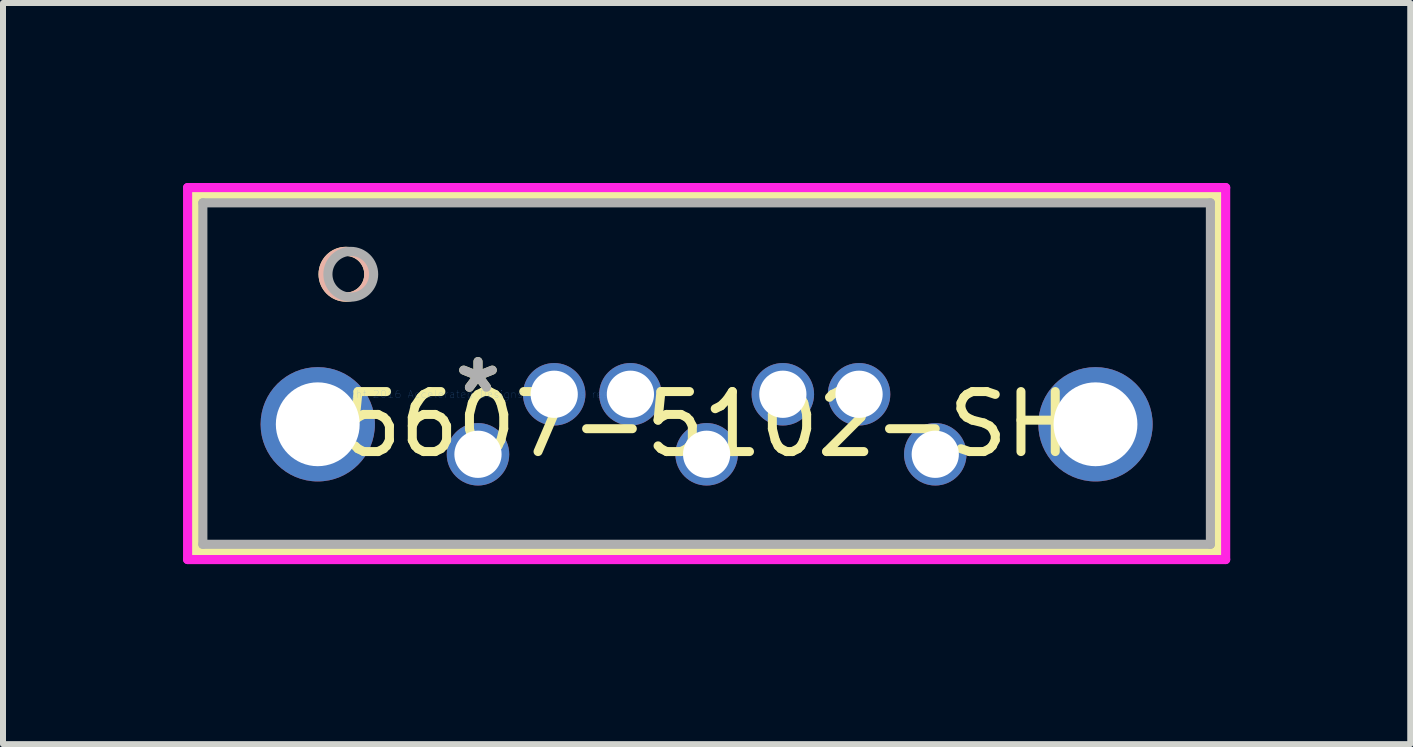
<source format=kicad_pcb>
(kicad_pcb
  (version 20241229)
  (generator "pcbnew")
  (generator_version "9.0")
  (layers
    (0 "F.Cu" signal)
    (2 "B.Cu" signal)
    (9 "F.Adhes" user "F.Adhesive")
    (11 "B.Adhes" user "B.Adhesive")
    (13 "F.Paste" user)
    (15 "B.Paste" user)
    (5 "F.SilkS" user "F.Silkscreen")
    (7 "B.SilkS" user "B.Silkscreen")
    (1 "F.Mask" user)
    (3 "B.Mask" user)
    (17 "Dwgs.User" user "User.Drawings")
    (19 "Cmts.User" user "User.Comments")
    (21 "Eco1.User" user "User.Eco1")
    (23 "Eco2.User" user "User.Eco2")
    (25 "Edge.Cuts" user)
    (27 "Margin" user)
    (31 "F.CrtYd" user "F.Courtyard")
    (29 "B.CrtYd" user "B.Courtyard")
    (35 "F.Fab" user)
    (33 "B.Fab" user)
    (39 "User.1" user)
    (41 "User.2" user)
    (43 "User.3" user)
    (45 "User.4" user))
  (footprint "5607-5102-SH"
    (layer "F.Cu")
    (at 8.795 3.72)
    (property "Reference" "5607-5102-SH" (at -0.07 0.3 0) (layer "F.SilkS") (effects (font (size 1 1) (thickness 0.15))))
    (attr through_hole)
    (fp_line (start -8.592 -3.517) (end -8.592 2.427) (stroke (width 0.152) (type solid)) (layer "F.SilkS"))
    (fp_line (start -8.592 2.427) (end 8.452 2.427) (stroke (width 0.152) (type solid)) (layer "F.SilkS"))
    (fp_line (start 8.452 -3.517) (end -8.592 -3.517) (stroke (width 0.152) (type solid)) (layer "F.SilkS"))
    (fp_line (start 8.452 2.427) (end 8.452 -3.517) (stroke (width 0.152) (type solid)) (layer "F.SilkS"))
    (fp_circle (center -6.08 -2.2) (end -5.699 -2.2) (stroke (width 0.152) (type solid)) (fill no) (layer "F.SilkS"))
    (fp_circle (center -6.08 -2.2) (end -5.699 -2.2) (stroke (width 0.152) (type solid)) (fill no) (layer "B.SilkS"))
    (fp_line (start -8.719 -3.644) (end -8.719 2.554) (stroke (width 0.152) (type solid)) (layer "F.CrtYd"))
    (fp_line (start -8.719 2.554) (end 8.579 2.554) (stroke (width 0.152) (type solid)) (layer "F.CrtYd"))
    (fp_line (start 8.579 -3.644) (end -8.719 -3.644) (stroke (width 0.152) (type solid)) (layer "F.CrtYd"))
    (fp_line (start 8.579 2.554) (end 8.579 -3.644) (stroke (width 0.152) (type solid)) (layer "F.CrtYd"))
    (fp_line (start -8.465 -3.39) (end -8.465 2.3) (stroke (width 0.152) (type solid)) (layer "F.Fab"))
    (fp_line (start -8.465 2.3) (end 8.325 2.3) (stroke (width 0.152) (type solid)) (layer "F.Fab"))
    (fp_line (start 8.325 -3.39) (end -8.465 -3.39) (stroke (width 0.152) (type solid)) (layer "F.Fab"))
    (fp_line (start 8.325 2.3) (end 8.325 -3.39) (stroke (width 0.152) (type solid)) (layer "F.Fab"))
    (fp_circle (center -6 -2.2) (end -5.619 -2.2) (stroke (width 0.152) (type solid)) (fill no) (layer "F.Fab"))
    (fp_text user "*" (at -3.88 -0.2 0) (layer "F.SilkS") (effects (font (size 1 1) (thickness 0.15))))
    (fp_text user "Copyright 2016 Accelerated Designs. All rights reserved." (at -3.88 -0.2 0) (layer "Cmts.User") (effects (font (size 0.127 0.127) (thickness 0.002))))
    (fp_text user "*" (at -3.88 -0.2 0) (layer "F.Fab") (effects (font (size 1 1) (thickness 0.15))))
    (pad "1" thru_hole circle (at -3.88 0.8) (size 1.041 1.041) (drill 0.787) (layers "*.Cu" "*.Mask"))
    (pad "2" thru_hole circle (at -2.61 -0.2) (size 1.041 1.041) (drill 0.787) (layers "*.Cu" "*.Mask"))
    (pad "3" thru_hole circle (at -1.34 -0.2) (size 1.041 1.041) (drill 0.787) (layers "*.Cu" "*.Mask"))
    (pad "4" thru_hole circle (at -0.07 0.8) (size 1.041 1.041) (drill 0.787) (layers "*.Cu" "*.Mask"))
    (pad "5" thru_hole circle (at 1.2 -0.2) (size 1.041 1.041) (drill 0.787) (layers "*.Cu" "*.Mask"))
    (pad "6" thru_hole circle (at 2.47 -0.2) (size 1.041 1.041) (drill 0.787) (layers "*.Cu" "*.Mask"))
    (pad "7" thru_hole circle (at 3.74 0.8) (size 1.041 1.041) (drill 0.787) (layers "*.Cu" "*.Mask"))
    (pad "8" thru_hole circle (at -6.55 0.3) (size 1.905 1.905) (drill 1.397) (layers "*.Cu" "*.Mask"))
    (pad "9" thru_hole circle (at 6.41 0.3) (size 1.905 1.905) (drill 1.397) (layers "*.Cu" "*.Mask")))
  (gr_rect
    (start -3 -3)
    (end 20.45 9.35)
    (stroke (width 0.1) (type default))
    (fill no)
    (layer "Edge.Cuts")))
</source>
